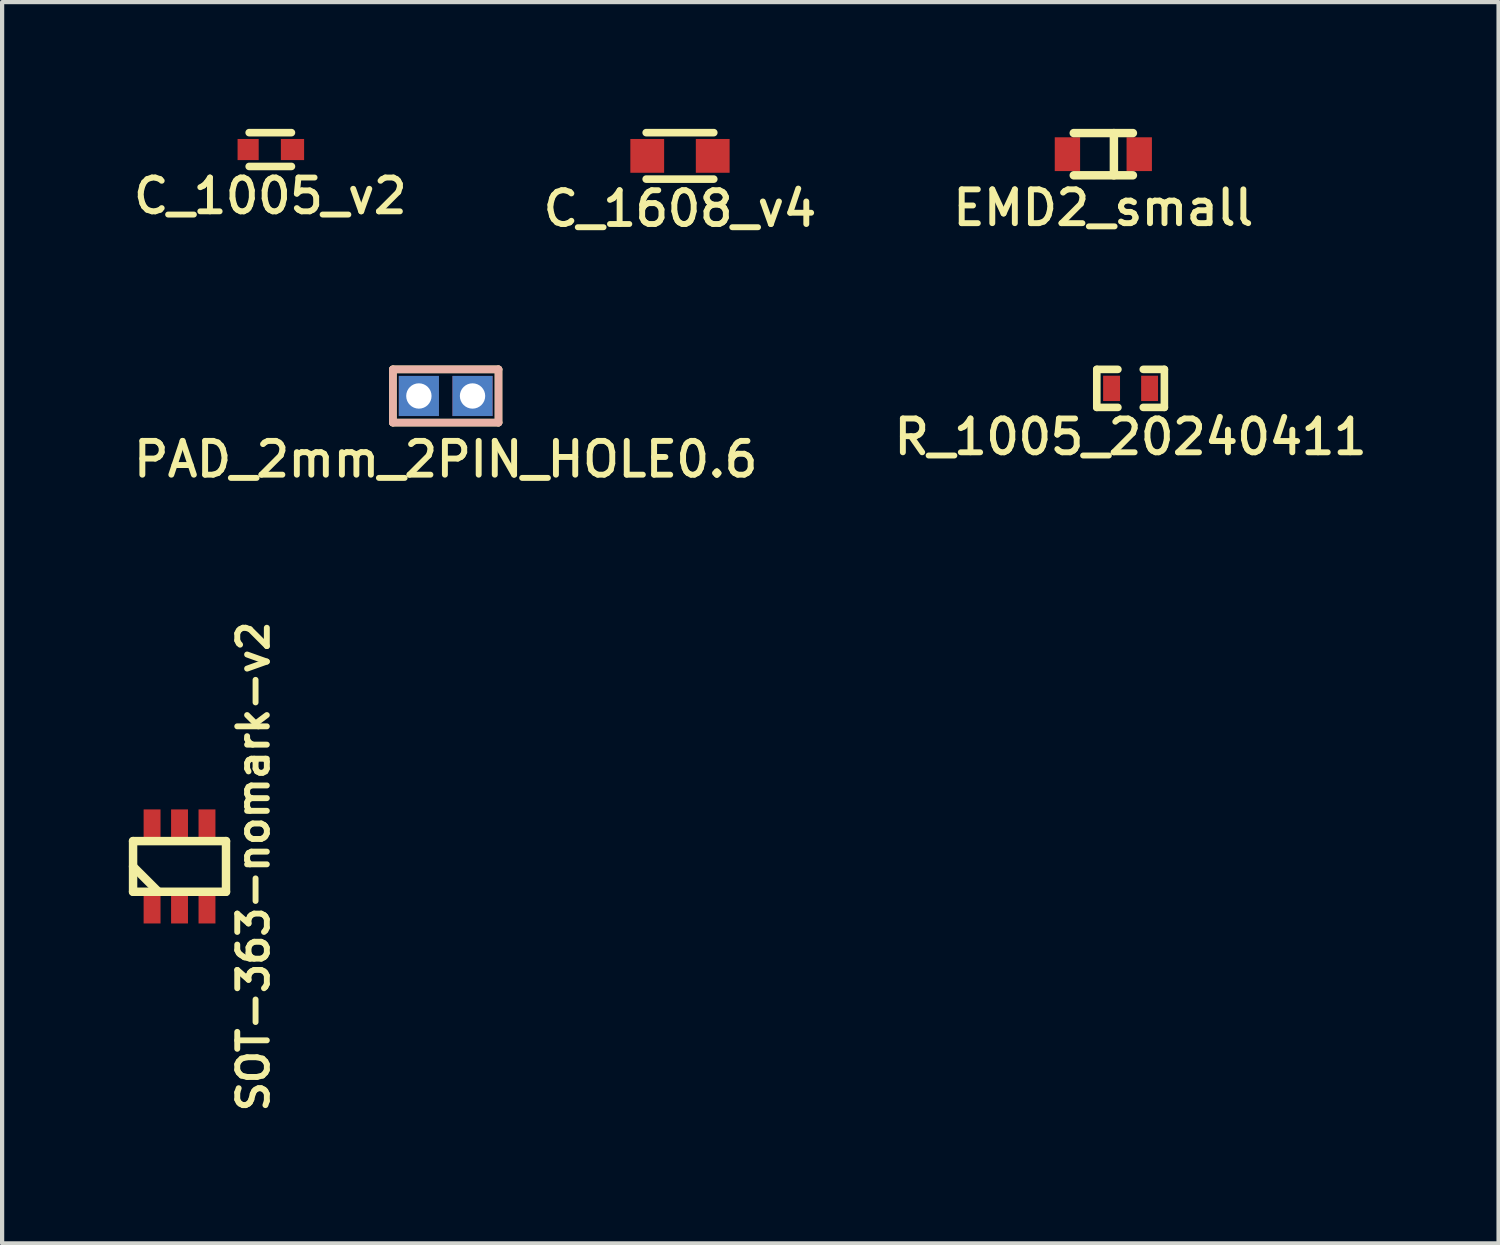
<source format=kicad_pcb>
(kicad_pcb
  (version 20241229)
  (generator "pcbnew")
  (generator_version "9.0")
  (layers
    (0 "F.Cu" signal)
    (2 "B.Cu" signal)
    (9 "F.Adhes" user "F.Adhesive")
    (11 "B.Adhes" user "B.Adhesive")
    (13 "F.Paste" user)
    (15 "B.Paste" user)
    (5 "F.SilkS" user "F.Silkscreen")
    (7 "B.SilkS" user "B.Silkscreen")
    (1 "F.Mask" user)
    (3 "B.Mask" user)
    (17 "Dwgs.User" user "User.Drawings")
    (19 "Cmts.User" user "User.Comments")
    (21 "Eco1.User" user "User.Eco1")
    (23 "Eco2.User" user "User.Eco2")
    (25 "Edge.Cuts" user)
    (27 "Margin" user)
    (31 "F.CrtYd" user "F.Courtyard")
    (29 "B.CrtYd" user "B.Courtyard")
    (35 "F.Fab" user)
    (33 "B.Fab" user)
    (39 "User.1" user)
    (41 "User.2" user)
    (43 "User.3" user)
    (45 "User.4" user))
  (footprint "C_1608_v4"
    (layer "F.Cu")
    (at 13.047 0.64)
    (property "Reference" "C_1608_v4" (at 0 1.25 0) (layer "F.SilkS") (effects (font (size 0.8 0.8) (thickness 0.14))))
    (attr smd)
    (fp_line (start -0.8 -0.55) (end 0.8 -0.55) (stroke (width 0.18) (type solid)) (layer "F.SilkS"))
    (fp_line (start 0.8 0.55) (end -0.8 0.55) (stroke (width 0.18) (type solid)) (layer "F.SilkS"))
    (pad "1" smd rect (at -0.775 0) (size 0.8 0.8) (layers "F.Cu" "F.Mask" "F.Paste"))
    (pad "2" smd rect (at 0.775 0) (size 0.8 0.8) (layers "F.Cu" "F.Mask" "F.Paste")))
  (footprint "R_1005_20240411"
    (layer "F.Cu")
    (at 23.714 6.144)
    (property "Reference" "R_1005_20240411" (at 0 1.15 0) (layer "F.SilkS") (effects (font (size 0.8 0.8) (thickness 0.14))))
    (attr smd)
    (fp_line (start -0.8 -0.45) (end -0.8 0.45) (stroke (width 0.18) (type solid)) (layer "F.SilkS"))
    (fp_line (start -0.8 0.45) (end -0.3 0.45) (stroke (width 0.18) (type solid)) (layer "F.SilkS"))
    (fp_line (start -0.3 -0.45) (end -0.8 -0.45) (stroke (width 0.18) (type solid)) (layer "F.SilkS"))
    (fp_line (start 0.3 -0.45) (end 0.8 -0.45) (stroke (width 0.18) (type solid)) (layer "F.SilkS"))
    (fp_line (start 0.8 -0.45) (end 0.8 0.45) (stroke (width 0.18) (type solid)) (layer "F.SilkS"))
    (fp_line (start 0.8 0.45) (end 0.3 0.45) (stroke (width 0.18) (type solid)) (layer "F.SilkS"))
    (pad "1" smd rect (at -0.45 0) (size 0.4 0.6) (layers "F.Cu" "F.Mask" "F.Paste"))
    (pad "2" smd rect (at 0.45 0) (size 0.4 0.6) (layers "F.Cu" "F.Mask" "F.Paste")))
  (footprint "SOT-363-nomark-v2"
    (layer "F.Cu")
    (at 1.2 17.461)
    (property "Reference" "SOT-363-nomark-v2" (at 1.75 0 90) (layer "F.SilkS") (effects (font (size 0.7 0.7) (thickness 0.14))))
    (attr smd)
    (fp_line (start -1.1 -0.6) (end -1.1 0.6) (stroke (width 0.2) (type solid)) (layer "F.SilkS"))
    (fp_line (start -1.1 0) (end -0.5 0.6) (stroke (width 0.2) (type solid)) (layer "F.SilkS"))
    (fp_line (start -1.1 0.6) (end 1.1 0.6) (stroke (width 0.2) (type solid)) (layer "F.SilkS"))
    (fp_line (start 1.1 -0.6) (end -1.1 -0.6) (stroke (width 0.2) (type solid)) (layer "F.SilkS"))
    (fp_line (start 1.1 -0.6) (end 1.1 0.6) (stroke (width 0.2) (type solid)) (layer "F.SilkS"))
    (pad "1" smd rect (at -0.65 0.95) (size 0.4 0.8) (layers "F.Cu" "F.Mask" "F.Paste"))
    (pad "2" smd rect (at 0 0.95) (size 0.4 0.8) (layers "F.Cu" "F.Mask" "F.Paste"))
    (pad "3" smd rect (at 0.65 0.95) (size 0.4 0.8) (layers "F.Cu" "F.Mask" "F.Paste"))
    (pad "4" smd rect (at 0.65 -0.95) (size 0.4 0.8) (layers "F.Cu" "F.Mask" "F.Paste"))
    (pad "5" smd rect (at 0 -0.95) (size 0.4 0.8) (layers "F.Cu" "F.Mask" "F.Paste"))
    (pad "6" smd rect (at -0.65 -0.95) (size 0.4 0.8) (layers "F.Cu" "F.Mask" "F.Paste")))
  (footprint "PAD_2mm_2PIN_HOLE0.6"
    (layer "F.Cu")
    (at 7.501 6.324)
    (property "Reference" "PAD_2mm_2PIN_HOLE0.6" (at 0 1.5 0) (layer "F.SilkS") (effects (font (size 0.8 0.8) (thickness 0.14))))
    (attr through_hole)
    (fp_line (start -1.25 -0.63) (end -1.25 0.63) (stroke (width 0.18) (type solid)) (layer "F.SilkS"))
    (fp_line (start -1.25 -0.63) (end 1.25 -0.63) (stroke (width 0.18) (type solid)) (layer "F.SilkS"))
    (fp_line (start 1.25 -0.63) (end 1.25 0.63) (stroke (width 0.18) (type solid)) (layer "F.SilkS"))
    (fp_line (start 1.25 0.63) (end -1.25 0.63) (stroke (width 0.18) (type solid)) (layer "F.SilkS"))
    (fp_line (start -1.25 -0.63) (end -1.25 0.63) (stroke (width 0.18) (type solid)) (layer "B.SilkS"))
    (fp_line (start -1.25 -0.63) (end 1.25 -0.63) (stroke (width 0.18) (type solid)) (layer "B.SilkS"))
    (fp_line (start 1.25 -0.63) (end 1.25 0.63) (stroke (width 0.18) (type solid)) (layer "B.SilkS"))
    (fp_line (start 1.25 0.63) (end -1.25 0.63) (stroke (width 0.18) (type solid)) (layer "B.SilkS"))
    (pad "1" thru_hole rect (at -0.635 0) (size 0.95 0.95) (drill 0.6) (layers "*.Cu" "*.Mask"))
    (pad "2" thru_hole rect (at 0.635 0) (size 0.95 0.95) (drill 0.6) (layers "*.Cu" "*.Mask")))
  (footprint "EMD2_small"
    (layer "F.Cu")
    (at 23.069 0.6)
    (property "Reference" "EMD2_small" (at 0 1.27 0) (layer "F.SilkS") (effects (font (size 0.8 0.8) (thickness 0.14))))
    (attr through_hole)
    (fp_line (start -0.7 -0.5) (end 0.7 -0.5) (stroke (width 0.2) (type solid)) (layer "F.SilkS"))
    (fp_line (start -0.7 0.5) (end 0.7 0.5) (stroke (width 0.2) (type solid)) (layer "F.SilkS"))
    (fp_line (start 0.25 -0.5) (end 0.25 0.5) (stroke (width 0.2) (type solid)) (layer "F.SilkS"))
    (pad "1" smd rect (at 0.85 0) (size 0.6 0.8) (layers "F.Cu" "F.Mask" "F.Paste"))
    (pad "2" smd rect (at -0.85 0) (size 0.6 0.8) (layers "F.Cu" "F.Mask" "F.Paste")))
  (footprint "C_1005_v2"
    (layer "F.Cu")
    (at 3.349 0.49)
    (property "Reference" "C_1005_v2" (at 0 1.1 0) (layer "F.SilkS") (effects (font (size 0.8 0.8) (thickness 0.14))))
    (attr smd)
    (fp_line (start -0.5 -0.4) (end 0.5 -0.4) (stroke (width 0.18) (type solid)) (layer "F.SilkS"))
    (fp_line (start 0.5 0.4) (end -0.5 0.4) (stroke (width 0.18) (type solid)) (layer "F.SilkS"))
    (pad "1" smd rect (at -0.525 0) (size 0.5 0.5) (layers "F.Cu" "F.Mask" "F.Paste"))
    (pad "2" smd rect (at 0.525 0) (size 0.55 0.5) (layers "F.Cu" "F.Mask" "F.Paste")))
  (gr_rect
    (start -3 -3)
    (end 32.425 26.384)
    (stroke (width 0.1) (type default))
    (fill no)
    (layer "Edge.Cuts")))
</source>
